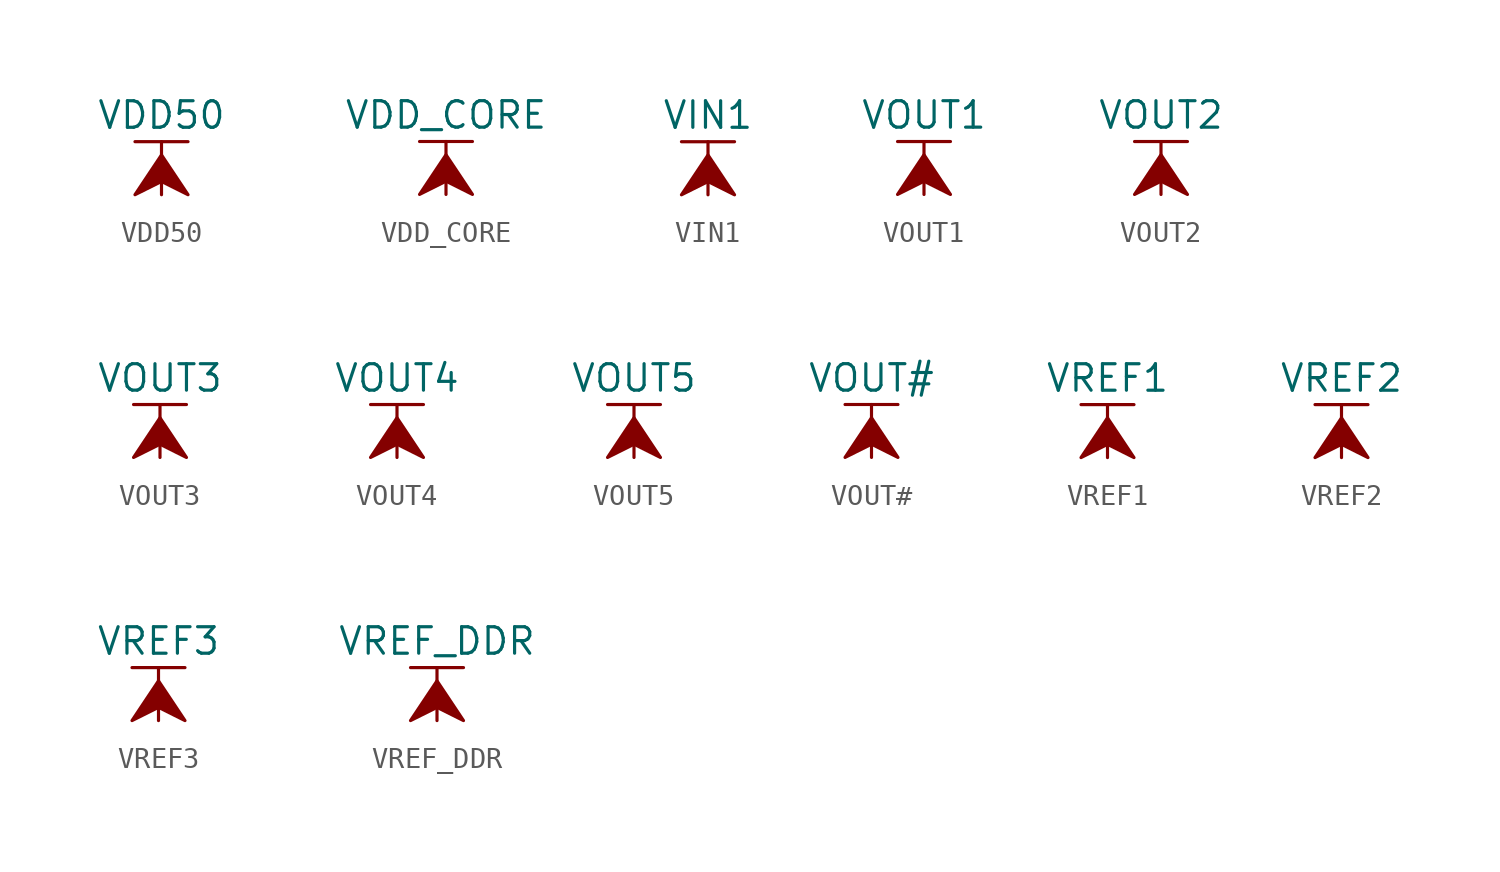
<source format=kicad_sym>
(kicad_symbol_lib
  (version 20211014)
  (generator kicad_symbol_editor)
  (symbol "VDD50"
    (power)
    (pin_names
      (offset 0))
    (property "Reference" "#PWR"
      (at 0 -3.81 0)
      (effects (font (size 1.27 1.27)) hide))
    (property "Value" "VDD50"
      (at 0 3.81 0)
      (effects (font (size 1.27 1.27))))
    (symbol "VDD50_0_1"
      (polyline (pts (xy -1.27 2.54) (xy 1.27 2.54)) (stroke (width 0.152) (type default) (color 0 0 0 0)) (fill (type none)))
      (polyline (pts (xy 0 0) (xy 0 2.54)) (stroke (width 0.152) (type default) (color 0 0 0 0)) (fill (type none)))
      (polyline (pts (xy 0 1.905) (xy -1.27 0) (xy 0 0.635) (xy 1.27 0) (xy 0 1.905)) (stroke (width 0.152) (type default) (color 0 0 0 0)) (fill (type outline))))
    (symbol "VDD50_1_1"
      (pin power_in line (at 0 0 90) (length 0) hide (name "VDD50" (effects (font (size 1.27 1.27)))) (number "1" (effects (font (size 1.27 1.27)))))))
  (symbol "VDD_CORE"
    (power)
    (pin_names
      (offset 0))
    (property "Reference" "#PWR"
      (at 0 -3.81 0)
      (effects (font (size 1.27 1.27)) hide))
    (property "Value" "VDD_CORE"
      (at 0 3.81 0)
      (effects (font (size 1.27 1.27))))
    (symbol "VDD_CORE_0_1"
      (polyline (pts (xy -1.27 2.54) (xy 1.27 2.54)) (stroke (width 0.152) (type default) (color 0 0 0 0)) (fill (type none)))
      (polyline (pts (xy 0 0) (xy 0 2.54)) (stroke (width 0.152) (type default) (color 0 0 0 0)) (fill (type none)))
      (polyline (pts (xy 0 1.905) (xy -1.27 0) (xy 0 0.635) (xy 1.27 0) (xy 0 1.905)) (stroke (width 0.152) (type default) (color 0 0 0 0)) (fill (type outline))))
    (symbol "VDD_CORE_1_1"
      (pin power_in line (at 0 0 90) (length 0) hide (name "VDD_CORE" (effects (font (size 1.27 1.27)))) (number "1" (effects (font (size 1.27 1.27)))))))
  (symbol "VIN1"
    (power)
    (pin_names
      (offset 0))
    (property "Reference" "#PWR"
      (at 0 -3.81 0)
      (effects (font (size 1.27 1.27)) hide))
    (property "Value" "VIN1"
      (at 0 3.81 0)
      (effects (font (size 1.27 1.27))))
    (symbol "VIN1_0_1"
      (polyline (pts (xy -1.27 2.54) (xy 1.27 2.54)) (stroke (width 0.152) (type default) (color 0 0 0 0)) (fill (type none)))
      (polyline (pts (xy 0 0) (xy 0 2.54)) (stroke (width 0.152) (type default) (color 0 0 0 0)) (fill (type none)))
      (polyline (pts (xy 0 1.905) (xy -1.27 0) (xy 0 0.635) (xy 1.27 0) (xy 0 1.905)) (stroke (width 0.152) (type default) (color 0 0 0 0)) (fill (type outline))))
    (symbol "VIN1_1_1"
      (pin power_in line (at 0 0 90) (length 0) hide (name "VIN1" (effects (font (size 1.27 1.27)))) (number "1" (effects (font (size 1.27 1.27)))))))
  (symbol "VOUT1"
    (power)
    (pin_names
      (offset 0))
    (property "Reference" "#PWR"
      (at 0 -3.81 0)
      (effects (font (size 1.27 1.27)) hide))
    (property "Value" "VOUT1"
      (at 0 3.81 0)
      (effects (font (size 1.27 1.27))))
    (symbol "VOUT1_0_1"
      (polyline (pts (xy -1.27 2.54) (xy 1.27 2.54)) (stroke (width 0.152) (type default) (color 0 0 0 0)) (fill (type none)))
      (polyline (pts (xy 0 0) (xy 0 2.54)) (stroke (width 0.152) (type default) (color 0 0 0 0)) (fill (type none)))
      (polyline (pts (xy 0 1.905) (xy -1.27 0) (xy 0 0.635) (xy 1.27 0) (xy 0 1.905)) (stroke (width 0.152) (type default) (color 0 0 0 0)) (fill (type outline))))
    (symbol "VOUT1_1_1"
      (pin power_in line (at 0 0 90) (length 0) hide (name "VOUT1" (effects (font (size 1.27 1.27)))) (number "1" (effects (font (size 1.27 1.27)))))))
  (symbol "VOUT2"
    (power)
    (pin_names
      (offset 0))
    (property "Reference" "#PWR"
      (at 0 -3.81 0)
      (effects (font (size 1.27 1.27)) hide))
    (property "Value" "VOUT2"
      (at 0 3.81 0)
      (effects (font (size 1.27 1.27))))
    (symbol "VOUT2_0_1"
      (polyline (pts (xy -1.27 2.54) (xy 1.27 2.54)) (stroke (width 0.152) (type default) (color 0 0 0 0)) (fill (type none)))
      (polyline (pts (xy 0 0) (xy 0 2.54)) (stroke (width 0.152) (type default) (color 0 0 0 0)) (fill (type none)))
      (polyline (pts (xy 0 1.905) (xy -1.27 0) (xy 0 0.635) (xy 1.27 0) (xy 0 1.905)) (stroke (width 0.152) (type default) (color 0 0 0 0)) (fill (type outline))))
    (symbol "VOUT2_1_1"
      (pin power_in line (at 0 0 90) (length 0) hide (name "VOUT2" (effects (font (size 1.27 1.27)))) (number "1" (effects (font (size 1.27 1.27)))))))
  (symbol "VOUT3"
    (power)
    (pin_names
      (offset 0))
    (property "Reference" "#PWR"
      (at 0 -3.81 0)
      (effects (font (size 1.27 1.27)) hide))
    (property "Value" "VOUT3"
      (at 0 3.81 0)
      (effects (font (size 1.27 1.27))))
    (symbol "VOUT3_0_1"
      (polyline (pts (xy -1.27 2.54) (xy 1.27 2.54)) (stroke (width 0.152) (type default) (color 0 0 0 0)) (fill (type none)))
      (polyline (pts (xy 0 0) (xy 0 2.54)) (stroke (width 0.152) (type default) (color 0 0 0 0)) (fill (type none)))
      (polyline (pts (xy 0 1.905) (xy -1.27 0) (xy 0 0.635) (xy 1.27 0) (xy 0 1.905)) (stroke (width 0.152) (type default) (color 0 0 0 0)) (fill (type outline))))
    (symbol "VOUT3_1_1"
      (pin power_in line (at 0 0 90) (length 0) hide (name "VOUT3" (effects (font (size 1.27 1.27)))) (number "1" (effects (font (size 1.27 1.27)))))))
  (symbol "VOUT4"
    (power)
    (pin_names
      (offset 0))
    (property "Reference" "#PWR"
      (at 0 -3.81 0)
      (effects (font (size 1.27 1.27)) hide))
    (property "Value" "VOUT4"
      (at 0 3.81 0)
      (effects (font (size 1.27 1.27))))
    (symbol "VOUT4_0_1"
      (polyline (pts (xy -1.27 2.54) (xy 1.27 2.54)) (stroke (width 0.152) (type default) (color 0 0 0 0)) (fill (type none)))
      (polyline (pts (xy 0 0) (xy 0 2.54)) (stroke (width 0.152) (type default) (color 0 0 0 0)) (fill (type none)))
      (polyline (pts (xy 0 1.905) (xy -1.27 0) (xy 0 0.635) (xy 1.27 0) (xy 0 1.905)) (stroke (width 0.152) (type default) (color 0 0 0 0)) (fill (type outline))))
    (symbol "VOUT4_1_1"
      (pin power_in line (at 0 0 90) (length 0) hide (name "VOUT4" (effects (font (size 1.27 1.27)))) (number "1" (effects (font (size 1.27 1.27)))))))
  (symbol "VOUT5"
    (power)
    (pin_names
      (offset 0))
    (property "Reference" "#PWR"
      (at 0 -3.81 0)
      (effects (font (size 1.27 1.27)) hide))
    (property "Value" "VOUT5"
      (at 0 3.81 0)
      (effects (font (size 1.27 1.27))))
    (symbol "VOUT5_0_1"
      (polyline (pts (xy -1.27 2.54) (xy 1.27 2.54)) (stroke (width 0.152) (type default) (color 0 0 0 0)) (fill (type none)))
      (polyline (pts (xy 0 0) (xy 0 2.54)) (stroke (width 0.152) (type default) (color 0 0 0 0)) (fill (type none)))
      (polyline (pts (xy 0 1.905) (xy -1.27 0) (xy 0 0.635) (xy 1.27 0) (xy 0 1.905)) (stroke (width 0.152) (type default) (color 0 0 0 0)) (fill (type outline))))
    (symbol "VOUT5_1_1"
      (pin power_in line (at 0 0 90) (length 0) hide (name "VOUT5" (effects (font (size 1.27 1.27)))) (number "1" (effects (font (size 1.27 1.27)))))))
  (symbol "VOUT#"
    (power)
    (pin_names
      (offset 0))
    (property "Reference" "#PWR"
      (at 0 -3.81 0)
      (effects (font (size 1.27 1.27)) hide))
    (property "Value" "VOUT#"
      (at 0 3.81 0)
      (effects (font (size 1.27 1.27))))
    (symbol "VOUT#_0_1"
      (polyline (pts (xy -1.27 2.54) (xy 1.27 2.54)) (stroke (width 0.152) (type default) (color 0 0 0 0)) (fill (type none)))
      (polyline (pts (xy 0 0) (xy 0 2.54)) (stroke (width 0.152) (type default) (color 0 0 0 0)) (fill (type none)))
      (polyline (pts (xy 0 1.905) (xy -1.27 0) (xy 0 0.635) (xy 1.27 0) (xy 0 1.905)) (stroke (width 0.152) (type default) (color 0 0 0 0)) (fill (type outline))))
    (symbol "VOUT#_1_1"
      (pin power_in line (at 0 0 90) (length 0) hide (name "VOUT#" (effects (font (size 1.27 1.27)))) (number "1" (effects (font (size 1.27 1.27)))))))
  (symbol "VREF1"
    (power)
    (pin_names
      (offset 0))
    (property "Reference" "#PWR"
      (at 0 -3.81 0)
      (effects (font (size 1.27 1.27)) hide))
    (property "Value" "VREF1"
      (at 0 3.81 0)
      (effects (font (size 1.27 1.27))))
    (symbol "VREF1_0_1"
      (polyline (pts (xy -1.27 2.54) (xy 1.27 2.54)) (stroke (width 0.152) (type default) (color 0 0 0 0)) (fill (type none)))
      (polyline (pts (xy 0 0) (xy 0 2.54)) (stroke (width 0.152) (type default) (color 0 0 0 0)) (fill (type none)))
      (polyline (pts (xy 0 1.905) (xy -1.27 0) (xy 0 0.635) (xy 1.27 0) (xy 0 1.905)) (stroke (width 0.152) (type default) (color 0 0 0 0)) (fill (type outline))))
    (symbol "VREF1_1_1"
      (pin power_in line (at 0 0 90) (length 0) hide (name "VREF1" (effects (font (size 1.27 1.27)))) (number "1" (effects (font (size 1.27 1.27)))))))
  (symbol "VREF2"
    (power)
    (pin_names
      (offset 0))
    (property "Reference" "#PWR"
      (at 0 -3.81 0)
      (effects (font (size 1.27 1.27)) hide))
    (property "Value" "VREF2"
      (at 0 3.81 0)
      (effects (font (size 1.27 1.27))))
    (symbol "VREF2_0_1"
      (polyline (pts (xy -1.27 2.54) (xy 1.27 2.54)) (stroke (width 0.152) (type default) (color 0 0 0 0)) (fill (type none)))
      (polyline (pts (xy 0 0) (xy 0 2.54)) (stroke (width 0.152) (type default) (color 0 0 0 0)) (fill (type none)))
      (polyline (pts (xy 0 1.905) (xy -1.27 0) (xy 0 0.635) (xy 1.27 0) (xy 0 1.905)) (stroke (width 0.152) (type default) (color 0 0 0 0)) (fill (type outline))))
    (symbol "VREF2_1_1"
      (pin power_in line (at 0 0 90) (length 0) hide (name "VREF2" (effects (font (size 1.27 1.27)))) (number "1" (effects (font (size 1.27 1.27)))))))
  (symbol "VREF3"
    (power)
    (pin_names
      (offset 0))
    (property "Reference" "#PWR"
      (at 0 -3.81 0)
      (effects (font (size 1.27 1.27)) hide))
    (property "Value" "VREF3"
      (at 0 3.81 0)
      (effects (font (size 1.27 1.27))))
    (symbol "VREF3_0_1"
      (polyline (pts (xy -1.27 2.54) (xy 1.27 2.54)) (stroke (width 0.152) (type default) (color 0 0 0 0)) (fill (type none)))
      (polyline (pts (xy 0 0) (xy 0 2.54)) (stroke (width 0.152) (type default) (color 0 0 0 0)) (fill (type none)))
      (polyline (pts (xy 0 1.905) (xy -1.27 0) (xy 0 0.635) (xy 1.27 0) (xy 0 1.905)) (stroke (width 0.152) (type default) (color 0 0 0 0)) (fill (type outline))))
    (symbol "VREF3_1_1"
      (pin power_in line (at 0 0 90) (length 0) hide (name "VREF3" (effects (font (size 1.27 1.27)))) (number "1" (effects (font (size 1.27 1.27)))))))
  (symbol "VREF_DDR"
    (power)
    (pin_names
      (offset 0))
    (property "Reference" "#PWR"
      (at 0 -3.81 0)
      (effects (font (size 1.27 1.27)) hide))
    (property "Value" "VREF_DDR"
      (at 0 3.81 0)
      (effects (font (size 1.27 1.27))))
    (symbol "VREF_DDR_0_1"
      (polyline (pts (xy -1.27 2.54) (xy 1.27 2.54)) (stroke (width 0.152) (type default) (color 0 0 0 0)) (fill (type none)))
      (polyline (pts (xy 0 0) (xy 0 2.54)) (stroke (width 0.152) (type default) (color 0 0 0 0)) (fill (type none)))
      (polyline (pts (xy 0 1.905) (xy -1.27 0) (xy 0 0.635) (xy 1.27 0) (xy 0 1.905)) (stroke (width 0.152) (type default) (color 0 0 0 0)) (fill (type outline))))
    (symbol "VREF_DDR_1_1"
      (pin power_in line (at 0 0 90) (length 0) hide (name "VREF_DDR" (effects (font (size 1.27 1.27)))) (number "1" (effects (font (size 1.27 1.27))))))))
</source>
